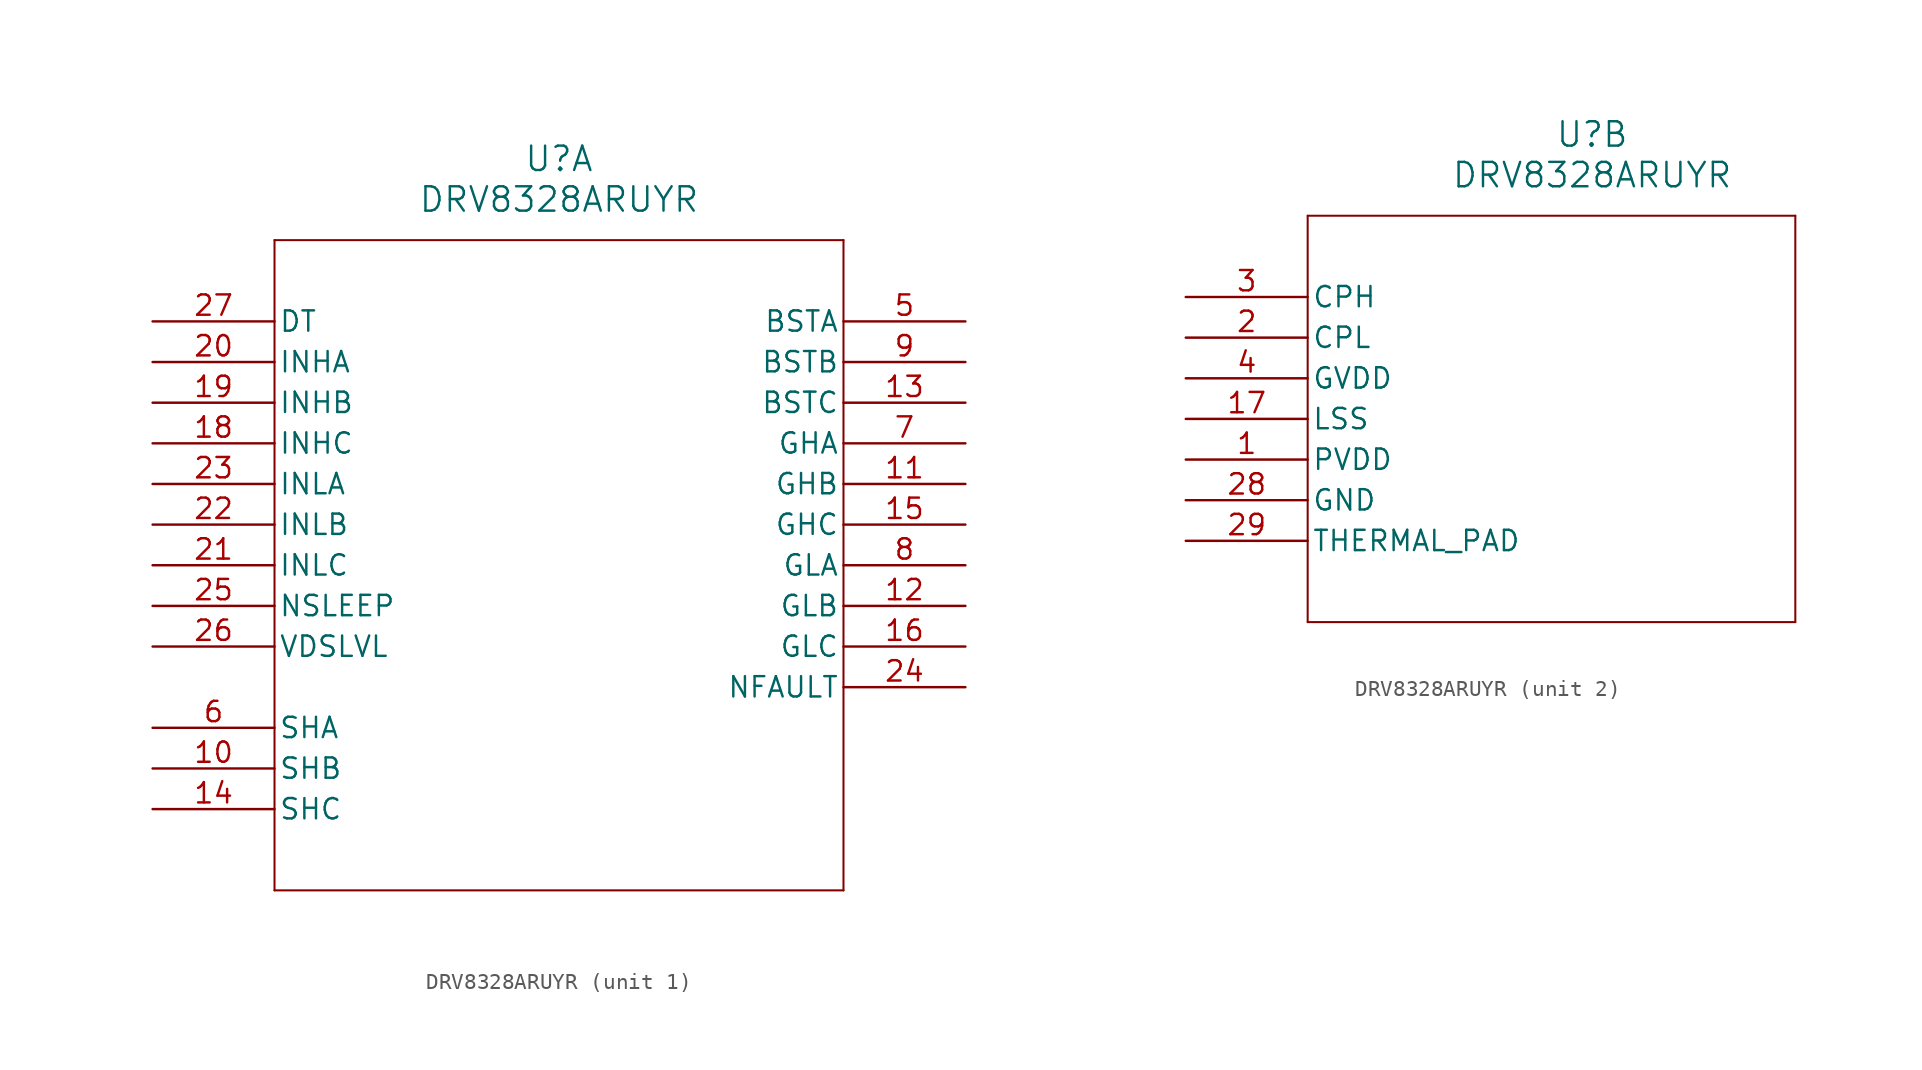
<source format=kicad_sym>
(kicad_symbol_lib
  (version 20211014)
  (generator kicad_symbol_editor)
  (symbol "DRV8328ARUYR"
    (pin_names
      (offset 0.254))
    (property "Reference" "U"
      (at 25.4 10.16 0)
      (effects (font (size 1.524 1.524))))
    (property "Value" "DRV8328ARUYR"
      (at 25.4 7.62 0)
      (effects (font (size 1.524 1.524))))
    (symbol "DRV8328ARUYR_1_1"
      (polyline (pts (xy 7.62 5.08) (xy 7.62 -35.56)) (stroke (width 0.127) (type default) (color 0 0 0 0)) (fill (type none)))
      (polyline (pts (xy 7.62 -35.56) (xy 43.18 -35.56)) (stroke (width 0.127) (type default) (color 0 0 0 0)) (fill (type none)))
      (polyline (pts (xy 43.18 -35.56) (xy 43.18 5.08)) (stroke (width 0.127) (type default) (color 0 0 0 0)) (fill (type none)))
      (polyline (pts (xy 43.18 5.08) (xy 7.62 5.08)) (stroke (width 0.127) (type default) (color 0 0 0 0)) (fill (type none)))
      (pin output line (at 50.8 0 180) (length 7.62) (name "BSTA" (effects (font (size 1.27 1.27)))) (number "5" (effects (font (size 1.27 1.27)))))
      (pin bidirectional line (at 0 -25.4 0) (length 7.62) (name "SHA" (effects (font (size 1.27 1.27)))) (number "6" (effects (font (size 1.27 1.27)))))
      (pin output line (at 50.8 -7.62 180) (length 7.62) (name "GHA" (effects (font (size 1.27 1.27)))) (number "7" (effects (font (size 1.27 1.27)))))
      (pin output line (at 50.8 -15.24 180) (length 7.62) (name "GLA" (effects (font (size 1.27 1.27)))) (number "8" (effects (font (size 1.27 1.27)))))
      (pin output line (at 50.8 -2.54 180) (length 7.62) (name "BSTB" (effects (font (size 1.27 1.27)))) (number "9" (effects (font (size 1.27 1.27)))))
      (pin bidirectional line (at 0 -27.94 0) (length 7.62) (name "SHB" (effects (font (size 1.27 1.27)))) (number "10" (effects (font (size 1.27 1.27)))))
      (pin output line (at 50.8 -10.16 180) (length 7.62) (name "GHB" (effects (font (size 1.27 1.27)))) (number "11" (effects (font (size 1.27 1.27)))))
      (pin output line (at 50.8 -17.78 180) (length 7.62) (name "GLB" (effects (font (size 1.27 1.27)))) (number "12" (effects (font (size 1.27 1.27)))))
      (pin output line (at 50.8 -5.08 180) (length 7.62) (name "BSTC" (effects (font (size 1.27 1.27)))) (number "13" (effects (font (size 1.27 1.27)))))
      (pin bidirectional line (at 0 -30.48 0) (length 7.62) (name "SHC" (effects (font (size 1.27 1.27)))) (number "14" (effects (font (size 1.27 1.27)))))
      (pin output line (at 50.8 -12.7 180) (length 7.62) (name "GHC" (effects (font (size 1.27 1.27)))) (number "15" (effects (font (size 1.27 1.27)))))
      (pin output line (at 50.8 -20.32 180) (length 7.62) (name "GLC" (effects (font (size 1.27 1.27)))) (number "16" (effects (font (size 1.27 1.27)))))
      (pin input line (at 0 -7.62 0) (length 7.62) (name "INHC" (effects (font (size 1.27 1.27)))) (number "18" (effects (font (size 1.27 1.27)))))
      (pin input line (at 0 -5.08 0) (length 7.62) (name "INHB" (effects (font (size 1.27 1.27)))) (number "19" (effects (font (size 1.27 1.27)))))
      (pin input line (at 0 -2.54 0) (length 7.62) (name "INHA" (effects (font (size 1.27 1.27)))) (number "20" (effects (font (size 1.27 1.27)))))
      (pin input line (at 0 -15.24 0) (length 7.62) (name "INLC" (effects (font (size 1.27 1.27)))) (number "21" (effects (font (size 1.27 1.27)))))
      (pin input line (at 0 -12.7 0) (length 7.62) (name "INLB" (effects (font (size 1.27 1.27)))) (number "22" (effects (font (size 1.27 1.27)))))
      (pin input line (at 0 -10.16 0) (length 7.62) (name "INLA" (effects (font (size 1.27 1.27)))) (number "23" (effects (font (size 1.27 1.27)))))
      (pin output line (at 50.8 -22.86 180) (length 7.62) (name "NFAULT" (effects (font (size 1.27 1.27)))) (number "24" (effects (font (size 1.27 1.27)))))
      (pin input line (at 0 -17.78 0) (length 7.62) (name "NSLEEP" (effects (font (size 1.27 1.27)))) (number "25" (effects (font (size 1.27 1.27)))))
      (pin input line (at 0 -20.32 0) (length 7.62) (name "VDSLVL" (effects (font (size 1.27 1.27)))) (number "26" (effects (font (size 1.27 1.27)))))
      (pin input line (at 0 0 0) (length 7.62) (name "DT" (effects (font (size 1.27 1.27)))) (number "27" (effects (font (size 1.27 1.27))))))
    (symbol "DRV8328ARUYR_2_1"
      (polyline (pts (xy 7.62 5.08) (xy 7.62 -20.32)) (stroke (width 0.127) (type default) (color 0 0 0 0)) (fill (type none)))
      (polyline (pts (xy 7.62 -20.32) (xy 38.1 -20.32)) (stroke (width 0.127) (type default) (color 0 0 0 0)) (fill (type none)))
      (polyline (pts (xy 38.1 -20.32) (xy 38.1 5.08)) (stroke (width 0.127) (type default) (color 0 0 0 0)) (fill (type none)))
      (polyline (pts (xy 38.1 5.08) (xy 7.62 5.08)) (stroke (width 0.127) (type default) (color 0 0 0 0)) (fill (type none)))
      (pin power_in line (at 0 -10.16 0) (length 7.62) (name "PVDD" (effects (font (size 1.27 1.27)))) (number "1" (effects (font (size 1.27 1.27)))))
      (pin power_in line (at 0 -2.54 0) (length 7.62) (name "CPL" (effects (font (size 1.27 1.27)))) (number "2" (effects (font (size 1.27 1.27)))))
      (pin power_in line (at 0 0 0) (length 7.62) (name "CPH" (effects (font (size 1.27 1.27)))) (number "3" (effects (font (size 1.27 1.27)))))
      (pin power_in line (at 0 -5.08 0) (length 7.62) (name "GVDD" (effects (font (size 1.27 1.27)))) (number "4" (effects (font (size 1.27 1.27)))))
      (pin power_in line (at 0 -7.62 0) (length 7.62) (name "LSS" (effects (font (size 1.27 1.27)))) (number "17" (effects (font (size 1.27 1.27)))))
      (pin power_in line (at 0 -12.7 0) (length 7.62) (name "GND" (effects (font (size 1.27 1.27)))) (number "28" (effects (font (size 1.27 1.27)))))
      (pin power_out line (at 0 -15.24 0) (length 7.62) (name "THERMAL PAD" (effects (font (size 1.27 1.27)))) (number "29" (effects (font (size 1.27 1.27))))))))
</source>
